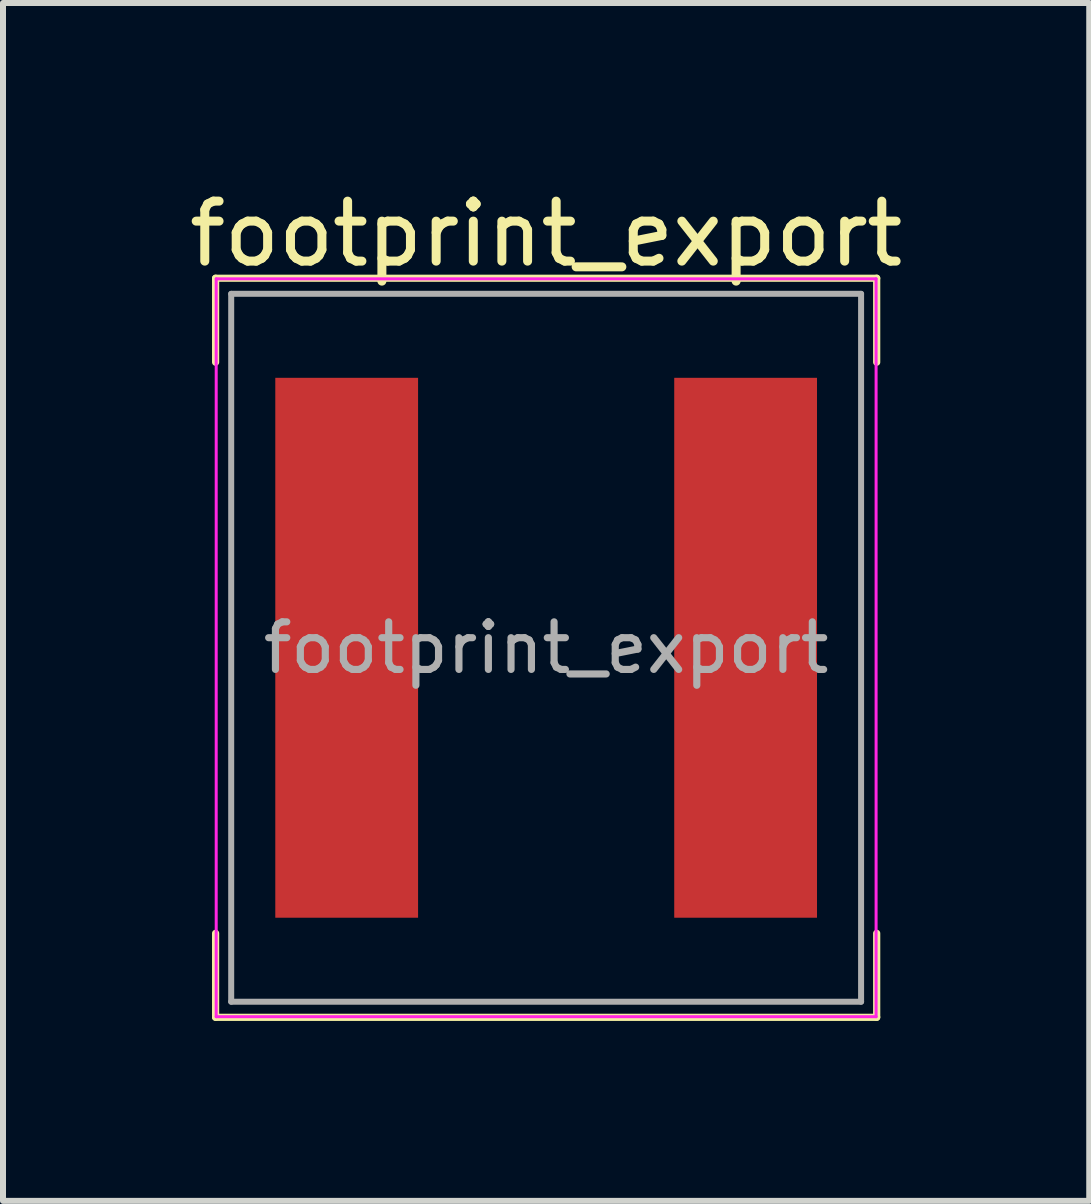
<source format=kicad_pcb>
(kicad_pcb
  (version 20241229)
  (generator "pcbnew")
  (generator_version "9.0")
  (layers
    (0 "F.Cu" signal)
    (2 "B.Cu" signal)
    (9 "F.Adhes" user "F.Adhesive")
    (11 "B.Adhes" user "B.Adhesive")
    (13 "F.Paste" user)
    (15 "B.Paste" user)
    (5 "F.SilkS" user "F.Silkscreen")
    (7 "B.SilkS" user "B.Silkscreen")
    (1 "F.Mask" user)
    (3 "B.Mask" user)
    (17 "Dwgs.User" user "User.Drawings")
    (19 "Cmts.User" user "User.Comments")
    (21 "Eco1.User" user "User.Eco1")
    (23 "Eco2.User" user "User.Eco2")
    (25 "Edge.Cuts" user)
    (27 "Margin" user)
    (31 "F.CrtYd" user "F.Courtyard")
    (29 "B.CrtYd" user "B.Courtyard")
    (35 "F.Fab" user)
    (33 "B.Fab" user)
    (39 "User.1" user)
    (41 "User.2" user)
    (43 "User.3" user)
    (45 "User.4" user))
  (footprint "footprint_export"
    (layer "F.Cu")
    (at 6.054 7.748)
    (property "Reference" "footprint_export" (at 0 -6.9 0) (layer "F.SilkS") (effects (font (size 1 1) (thickness 0.15))))
    (attr smd)
    (fp_line (start -5.51 -6.16) (end -5.51 -4.76) (stroke (width 0.12) (type solid)) (layer "F.SilkS"))
    (fp_line (start -5.51 -6.16) (end 5.51 -6.16) (stroke (width 0.12) (type solid)) (layer "F.SilkS"))
    (fp_line (start -5.51 6.16) (end -5.51 4.76) (stroke (width 0.12) (type solid)) (layer "F.SilkS"))
    (fp_line (start -5.51 6.16) (end 5.51 6.16) (stroke (width 0.12) (type solid)) (layer "F.SilkS"))
    (fp_line (start 5.51 -6.16) (end 5.51 -4.76) (stroke (width 0.12) (type solid)) (layer "F.SilkS"))
    (fp_line (start 5.51 6.16) (end 5.51 4.76) (stroke (width 0.12) (type solid)) (layer "F.SilkS"))
    (fp_line (start -5.5 -6.15) (end -5.5 6.15) (stroke (width 0.05) (type solid)) (layer "F.CrtYd"))
    (fp_line (start -5.5 6.15) (end 5.5 6.15) (stroke (width 0.05) (type solid)) (layer "F.CrtYd"))
    (fp_line (start 5.5 -6.15) (end -5.5 -6.15) (stroke (width 0.05) (type solid)) (layer "F.CrtYd"))
    (fp_line (start 5.5 6.15) (end 5.5 -6.15) (stroke (width 0.05) (type solid)) (layer "F.CrtYd"))
    (fp_line (start -5.25 -5.9) (end -5.25 5.9) (stroke (width 0.1) (type solid)) (layer "F.Fab"))
    (fp_line (start -5.25 5.9) (end 5.25 5.9) (stroke (width 0.1) (type solid)) (layer "F.Fab"))
    (fp_line (start 5.25 -5.9) (end -5.25 -5.9) (stroke (width 0.1) (type solid)) (layer "F.Fab"))
    (fp_line (start 5.25 5.9) (end 5.25 -5.9) (stroke (width 0.1) (type solid)) (layer "F.Fab"))
    (fp_text user "${REFERENCE}" (at 0 0 0) (layer "F.Fab") (effects (font (size 0.793 0.793) (thickness 0.119))))
    (pad "1" smd rect (at -3.325 0) (size 2.38 9) (layers "F.Cu" "F.Mask" "F.Paste"))
    (pad "2" smd rect (at 3.325 0) (size 2.38 9) (layers "F.Cu" "F.Mask" "F.Paste")))
  (gr_rect
    (start -3 -3)
    (end 15.107 16.968)
    (stroke (width 0.1) (type default))
    (fill no)
    (layer "Edge.Cuts")))
</source>
